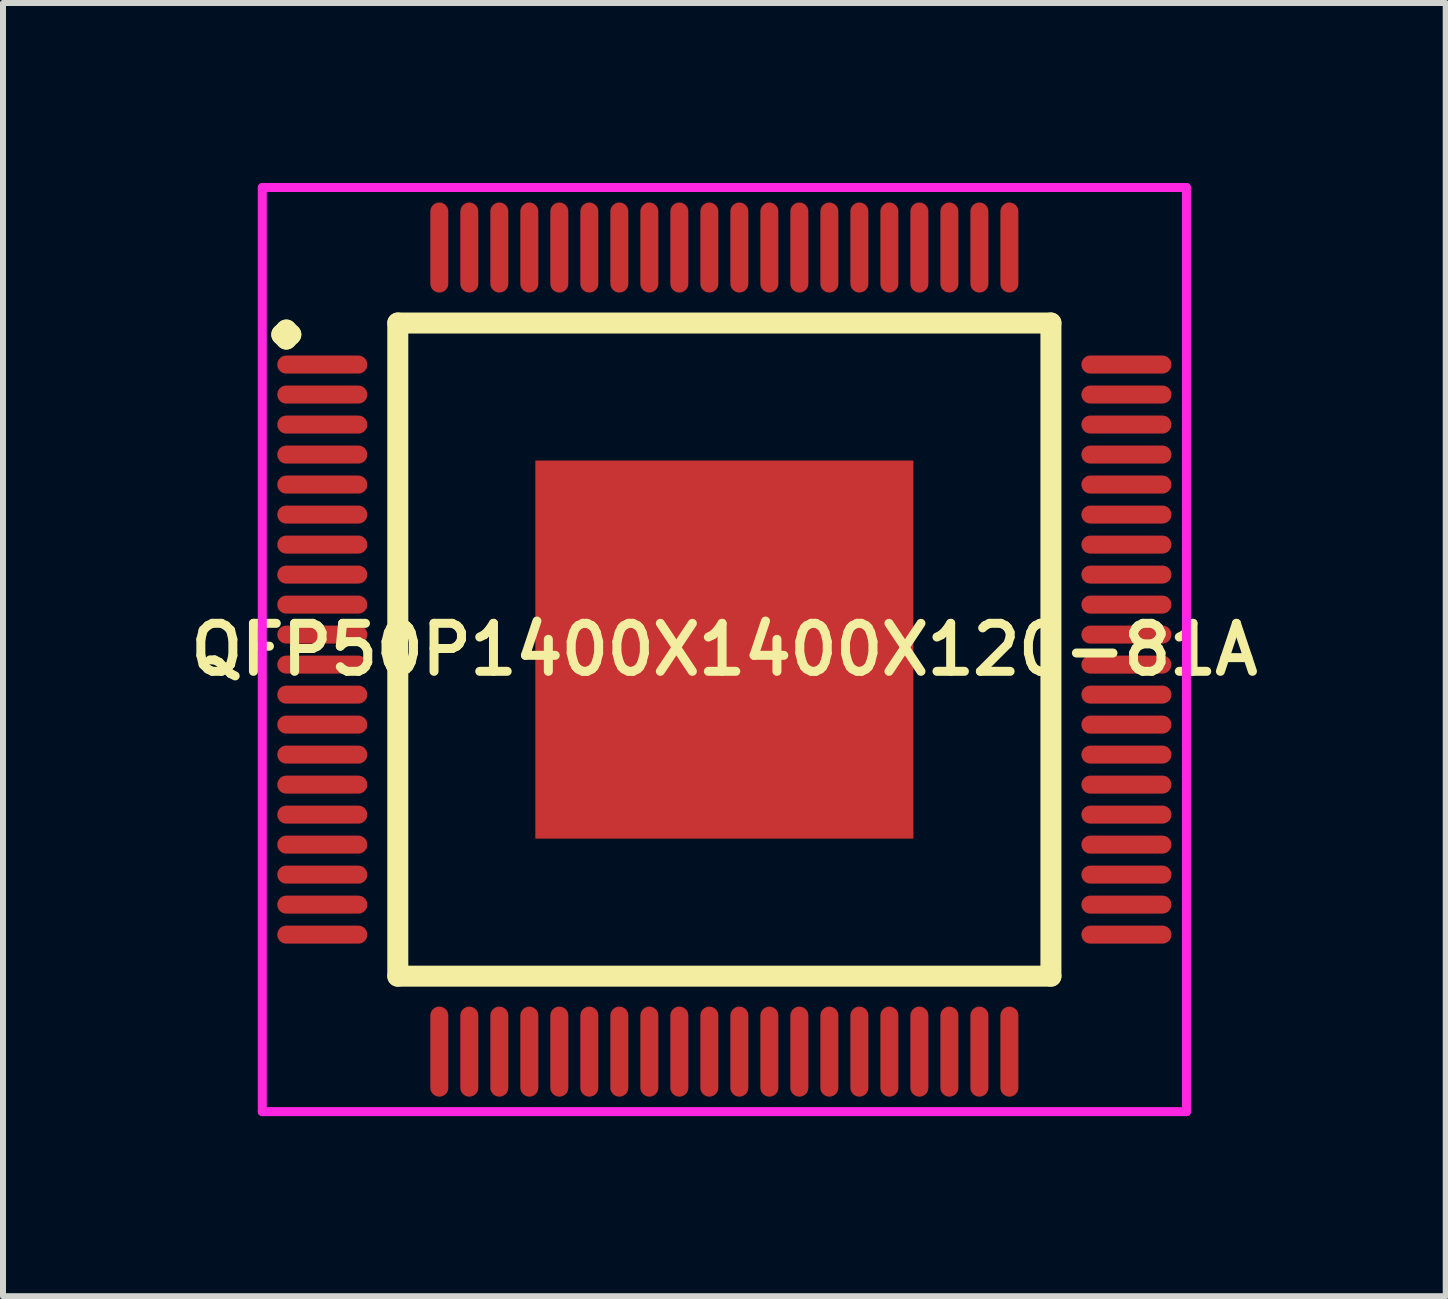
<source format=kicad_pcb>
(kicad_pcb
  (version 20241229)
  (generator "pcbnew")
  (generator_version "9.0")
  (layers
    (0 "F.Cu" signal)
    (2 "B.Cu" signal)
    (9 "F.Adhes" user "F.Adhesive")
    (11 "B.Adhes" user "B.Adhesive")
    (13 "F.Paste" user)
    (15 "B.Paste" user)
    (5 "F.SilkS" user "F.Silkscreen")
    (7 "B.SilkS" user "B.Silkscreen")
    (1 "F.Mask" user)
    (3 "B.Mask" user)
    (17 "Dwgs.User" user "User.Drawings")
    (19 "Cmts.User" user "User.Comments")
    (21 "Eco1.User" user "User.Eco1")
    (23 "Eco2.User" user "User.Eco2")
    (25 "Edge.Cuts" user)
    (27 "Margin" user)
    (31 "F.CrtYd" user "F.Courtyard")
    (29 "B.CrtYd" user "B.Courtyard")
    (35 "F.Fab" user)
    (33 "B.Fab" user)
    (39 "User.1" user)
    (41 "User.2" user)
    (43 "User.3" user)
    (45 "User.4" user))
  (footprint "QFP50P1400X1400X120-81A"
    (layer "F.Cu")
    (at 9.021 7.775)
    (property "Reference" "QFP50P1400X1400X120-81A" (at 0 0 0) (layer "F.SilkS") (effects (font (size 0.8 0.8) (thickness 0.15))))
    (attr through_hole)
    (fp_line (start -7.375 -5.25) (end -7.3 -5.325) (stroke (width 0.35) (type solid)) (layer "F.SilkS"))
    (fp_line (start -7.3 -5.325) (end -7.225 -5.25) (stroke (width 0.35) (type solid)) (layer "F.SilkS"))
    (fp_line (start -7.3 -5.175) (end -7.375 -5.25) (stroke (width 0.35) (type solid)) (layer "F.SilkS"))
    (fp_line (start -7.225 -5.25) (end -7.3 -5.175) (stroke (width 0.35) (type solid)) (layer "F.SilkS"))
    (fp_line (start -5.442 -5.442) (end -5.442 5.442) (stroke (width 0.35) (type solid)) (layer "F.SilkS"))
    (fp_line (start -5.442 5.442) (end 5.442 5.442) (stroke (width 0.35) (type solid)) (layer "F.SilkS"))
    (fp_line (start 5.442 -5.442) (end -5.442 -5.442) (stroke (width 0.35) (type solid)) (layer "F.SilkS"))
    (fp_line (start 5.442 5.442) (end 5.442 -5.442) (stroke (width 0.35) (type solid)) (layer "F.SilkS"))
    (fp_line (start -7.7 -7.7) (end 7.7 -7.7) (stroke (width 0.15) (type solid)) (layer "F.CrtYd"))
    (fp_line (start -7.7 7.7) (end -7.7 -7.7) (stroke (width 0.15) (type solid)) (layer "F.CrtYd"))
    (fp_line (start 7.7 -7.7) (end 7.7 7.7) (stroke (width 0.15) (type solid)) (layer "F.CrtYd"))
    (fp_line (start 7.7 7.7) (end -7.7 7.7) (stroke (width 0.15) (type solid)) (layer "F.CrtYd"))
    (pad "1" smd oval (at -6.7 -4.75) (size 1.5 0.3) (layers "F.Cu" "F.Mask" "F.Paste"))
    (pad "2" smd oval (at -6.7 -4.25) (size 1.5 0.3) (layers "F.Cu" "F.Mask" "F.Paste"))
    (pad "3" smd oval (at -6.7 -3.75) (size 1.5 0.3) (layers "F.Cu" "F.Mask" "F.Paste"))
    (pad "4" smd oval (at -6.7 -3.25) (size 1.5 0.3) (layers "F.Cu" "F.Mask" "F.Paste"))
    (pad "5" smd oval (at -6.7 -2.75) (size 1.5 0.3) (layers "F.Cu" "F.Mask" "F.Paste"))
    (pad "6" smd oval (at -6.7 -2.25) (size 1.5 0.3) (layers "F.Cu" "F.Mask" "F.Paste"))
    (pad "7" smd oval (at -6.7 -1.75) (size 1.5 0.3) (layers "F.Cu" "F.Mask" "F.Paste"))
    (pad "8" smd oval (at -6.7 -1.25) (size 1.5 0.3) (layers "F.Cu" "F.Mask" "F.Paste"))
    (pad "9" smd oval (at -6.7 -0.75) (size 1.5 0.3) (layers "F.Cu" "F.Mask" "F.Paste"))
    (pad "10" smd oval (at -6.7 -0.25) (size 1.5 0.3) (layers "F.Cu" "F.Mask" "F.Paste"))
    (pad "11" smd oval (at -6.7 0.25) (size 1.5 0.3) (layers "F.Cu" "F.Mask" "F.Paste"))
    (pad "12" smd oval (at -6.7 0.75) (size 1.5 0.3) (layers "F.Cu" "F.Mask" "F.Paste"))
    (pad "13" smd oval (at -6.7 1.25) (size 1.5 0.3) (layers "F.Cu" "F.Mask" "F.Paste"))
    (pad "14" smd oval (at -6.7 1.75) (size 1.5 0.3) (layers "F.Cu" "F.Mask" "F.Paste"))
    (pad "15" smd oval (at -6.7 2.25) (size 1.5 0.3) (layers "F.Cu" "F.Mask" "F.Paste"))
    (pad "16" smd oval (at -6.7 2.75) (size 1.5 0.3) (layers "F.Cu" "F.Mask" "F.Paste"))
    (pad "17" smd oval (at -6.7 3.25) (size 1.5 0.3) (layers "F.Cu" "F.Mask" "F.Paste"))
    (pad "18" smd oval (at -6.7 3.75) (size 1.5 0.3) (layers "F.Cu" "F.Mask" "F.Paste"))
    (pad "19" smd oval (at -6.7 4.25) (size 1.5 0.3) (layers "F.Cu" "F.Mask" "F.Paste"))
    (pad "20" smd oval (at -6.7 4.75) (size 1.5 0.3) (layers "F.Cu" "F.Mask" "F.Paste"))
    (pad "21" smd oval (at -4.75 6.7) (size 0.3 1.5) (layers "F.Cu" "F.Mask" "F.Paste"))
    (pad "22" smd oval (at -4.25 6.7) (size 0.3 1.5) (layers "F.Cu" "F.Mask" "F.Paste"))
    (pad "23" smd oval (at -3.75 6.7) (size 0.3 1.5) (layers "F.Cu" "F.Mask" "F.Paste"))
    (pad "24" smd oval (at -3.25 6.7) (size 0.3 1.5) (layers "F.Cu" "F.Mask" "F.Paste"))
    (pad "25" smd oval (at -2.75 6.7) (size 0.3 1.5) (layers "F.Cu" "F.Mask" "F.Paste"))
    (pad "26" smd oval (at -2.25 6.7) (size 0.3 1.5) (layers "F.Cu" "F.Mask" "F.Paste"))
    (pad "27" smd oval (at -1.75 6.7) (size 0.3 1.5) (layers "F.Cu" "F.Mask" "F.Paste"))
    (pad "28" smd oval (at -1.25 6.7) (size 0.3 1.5) (layers "F.Cu" "F.Mask" "F.Paste"))
    (pad "29" smd oval (at -0.75 6.7) (size 0.3 1.5) (layers "F.Cu" "F.Mask" "F.Paste"))
    (pad "30" smd oval (at -0.25 6.7) (size 0.3 1.5) (layers "F.Cu" "F.Mask" "F.Paste"))
    (pad "31" smd oval (at 0.25 6.7) (size 0.3 1.5) (layers "F.Cu" "F.Mask" "F.Paste"))
    (pad "32" smd oval (at 0.75 6.7) (size 0.3 1.5) (layers "F.Cu" "F.Mask" "F.Paste"))
    (pad "33" smd oval (at 1.25 6.7) (size 0.3 1.5) (layers "F.Cu" "F.Mask" "F.Paste"))
    (pad "34" smd oval (at 1.75 6.7) (size 0.3 1.5) (layers "F.Cu" "F.Mask" "F.Paste"))
    (pad "35" smd oval (at 2.25 6.7) (size 0.3 1.5) (layers "F.Cu" "F.Mask" "F.Paste"))
    (pad "36" smd oval (at 2.75 6.7) (size 0.3 1.5) (layers "F.Cu" "F.Mask" "F.Paste"))
    (pad "37" smd oval (at 3.25 6.7) (size 0.3 1.5) (layers "F.Cu" "F.Mask" "F.Paste"))
    (pad "38" smd oval (at 3.75 6.7) (size 0.3 1.5) (layers "F.Cu" "F.Mask" "F.Paste"))
    (pad "39" smd oval (at 4.25 6.7) (size 0.3 1.5) (layers "F.Cu" "F.Mask" "F.Paste"))
    (pad "40" smd oval (at 4.75 6.7) (size 0.3 1.5) (layers "F.Cu" "F.Mask" "F.Paste"))
    (pad "41" smd oval (at 6.7 4.75) (size 1.5 0.3) (layers "F.Cu" "F.Mask" "F.Paste"))
    (pad "42" smd oval (at 6.7 4.25) (size 1.5 0.3) (layers "F.Cu" "F.Mask" "F.Paste"))
    (pad "43" smd oval (at 6.7 3.75) (size 1.5 0.3) (layers "F.Cu" "F.Mask" "F.Paste"))
    (pad "44" smd oval (at 6.7 3.25) (size 1.5 0.3) (layers "F.Cu" "F.Mask" "F.Paste"))
    (pad "45" smd oval (at 6.7 2.75) (size 1.5 0.3) (layers "F.Cu" "F.Mask" "F.Paste"))
    (pad "46" smd oval (at 6.7 2.25) (size 1.5 0.3) (layers "F.Cu" "F.Mask" "F.Paste"))
    (pad "47" smd oval (at 6.7 1.75) (size 1.5 0.3) (layers "F.Cu" "F.Mask" "F.Paste"))
    (pad "48" smd oval (at 6.7 1.25) (size 1.5 0.3) (layers "F.Cu" "F.Mask" "F.Paste"))
    (pad "49" smd oval (at 6.7 0.75) (size 1.5 0.3) (layers "F.Cu" "F.Mask" "F.Paste"))
    (pad "50" smd oval (at 6.7 0.25) (size 1.5 0.3) (layers "F.Cu" "F.Mask" "F.Paste"))
    (pad "51" smd oval (at 6.7 -0.25) (size 1.5 0.3) (layers "F.Cu" "F.Mask" "F.Paste"))
    (pad "52" smd oval (at 6.7 -0.75) (size 1.5 0.3) (layers "F.Cu" "F.Mask" "F.Paste"))
    (pad "53" smd oval (at 6.7 -1.25) (size 1.5 0.3) (layers "F.Cu" "F.Mask" "F.Paste"))
    (pad "54" smd oval (at 6.7 -1.75) (size 1.5 0.3) (layers "F.Cu" "F.Mask" "F.Paste"))
    (pad "55" smd oval (at 6.7 -2.25) (size 1.5 0.3) (layers "F.Cu" "F.Mask" "F.Paste"))
    (pad "56" smd oval (at 6.7 -2.75) (size 1.5 0.3) (layers "F.Cu" "F.Mask" "F.Paste"))
    (pad "57" smd oval (at 6.7 -3.25) (size 1.5 0.3) (layers "F.Cu" "F.Mask" "F.Paste"))
    (pad "58" smd oval (at 6.7 -3.75) (size 1.5 0.3) (layers "F.Cu" "F.Mask" "F.Paste"))
    (pad "59" smd oval (at 6.7 -4.25) (size 1.5 0.3) (layers "F.Cu" "F.Mask" "F.Paste"))
    (pad "60" smd oval (at 6.7 -4.75) (size 1.5 0.3) (layers "F.Cu" "F.Mask" "F.Paste"))
    (pad "61" smd oval (at 4.75 -6.7) (size 0.3 1.5) (layers "F.Cu" "F.Mask" "F.Paste"))
    (pad "62" smd oval (at 4.25 -6.7) (size 0.3 1.5) (layers "F.Cu" "F.Mask" "F.Paste"))
    (pad "63" smd oval (at 3.75 -6.7) (size 0.3 1.5) (layers "F.Cu" "F.Mask" "F.Paste"))
    (pad "64" smd oval (at 3.25 -6.7) (size 0.3 1.5) (layers "F.Cu" "F.Mask" "F.Paste"))
    (pad "65" smd oval (at 2.75 -6.7) (size 0.3 1.5) (layers "F.Cu" "F.Mask" "F.Paste"))
    (pad "66" smd oval (at 2.25 -6.7) (size 0.3 1.5) (layers "F.Cu" "F.Mask" "F.Paste"))
    (pad "67" smd oval (at 1.75 -6.7) (size 0.3 1.5) (layers "F.Cu" "F.Mask" "F.Paste"))
    (pad "68" smd oval (at 1.25 -6.7) (size 0.3 1.5) (layers "F.Cu" "F.Mask" "F.Paste"))
    (pad "69" smd oval (at 0.75 -6.7) (size 0.3 1.5) (layers "F.Cu" "F.Mask" "F.Paste"))
    (pad "70" smd oval (at 0.25 -6.7) (size 0.3 1.5) (layers "F.Cu" "F.Mask" "F.Paste"))
    (pad "71" smd oval (at -0.25 -6.7) (size 0.3 1.5) (layers "F.Cu" "F.Mask" "F.Paste"))
    (pad "72" smd oval (at -0.75 -6.7) (size 0.3 1.5) (layers "F.Cu" "F.Mask" "F.Paste"))
    (pad "73" smd oval (at -1.25 -6.7) (size 0.3 1.5) (layers "F.Cu" "F.Mask" "F.Paste"))
    (pad "74" smd oval (at -1.75 -6.7) (size 0.3 1.5) (layers "F.Cu" "F.Mask" "F.Paste"))
    (pad "75" smd oval (at -2.25 -6.7) (size 0.3 1.5) (layers "F.Cu" "F.Mask" "F.Paste"))
    (pad "76" smd oval (at -2.75 -6.7) (size 0.3 1.5) (layers "F.Cu" "F.Mask" "F.Paste"))
    (pad "77" smd oval (at -3.25 -6.7) (size 0.3 1.5) (layers "F.Cu" "F.Mask" "F.Paste"))
    (pad "78" smd oval (at -3.75 -6.7) (size 0.3 1.5) (layers "F.Cu" "F.Mask" "F.Paste"))
    (pad "79" smd oval (at -4.25 -6.7) (size 0.3 1.5) (layers "F.Cu" "F.Mask" "F.Paste"))
    (pad "80" smd oval (at -4.75 -6.7) (size 0.3 1.5) (layers "F.Cu" "F.Mask" "F.Paste"))
    (pad "81" smd rect (at 0 0) (size 6.3 6.3) (layers "F.Cu" "F.Mask" "F.Paste")))
  (gr_rect
    (start -3 -3)
    (end 21.042 18.55)
    (stroke (width 0.1) (type default))
    (fill no)
    (layer "Edge.Cuts")))
</source>
